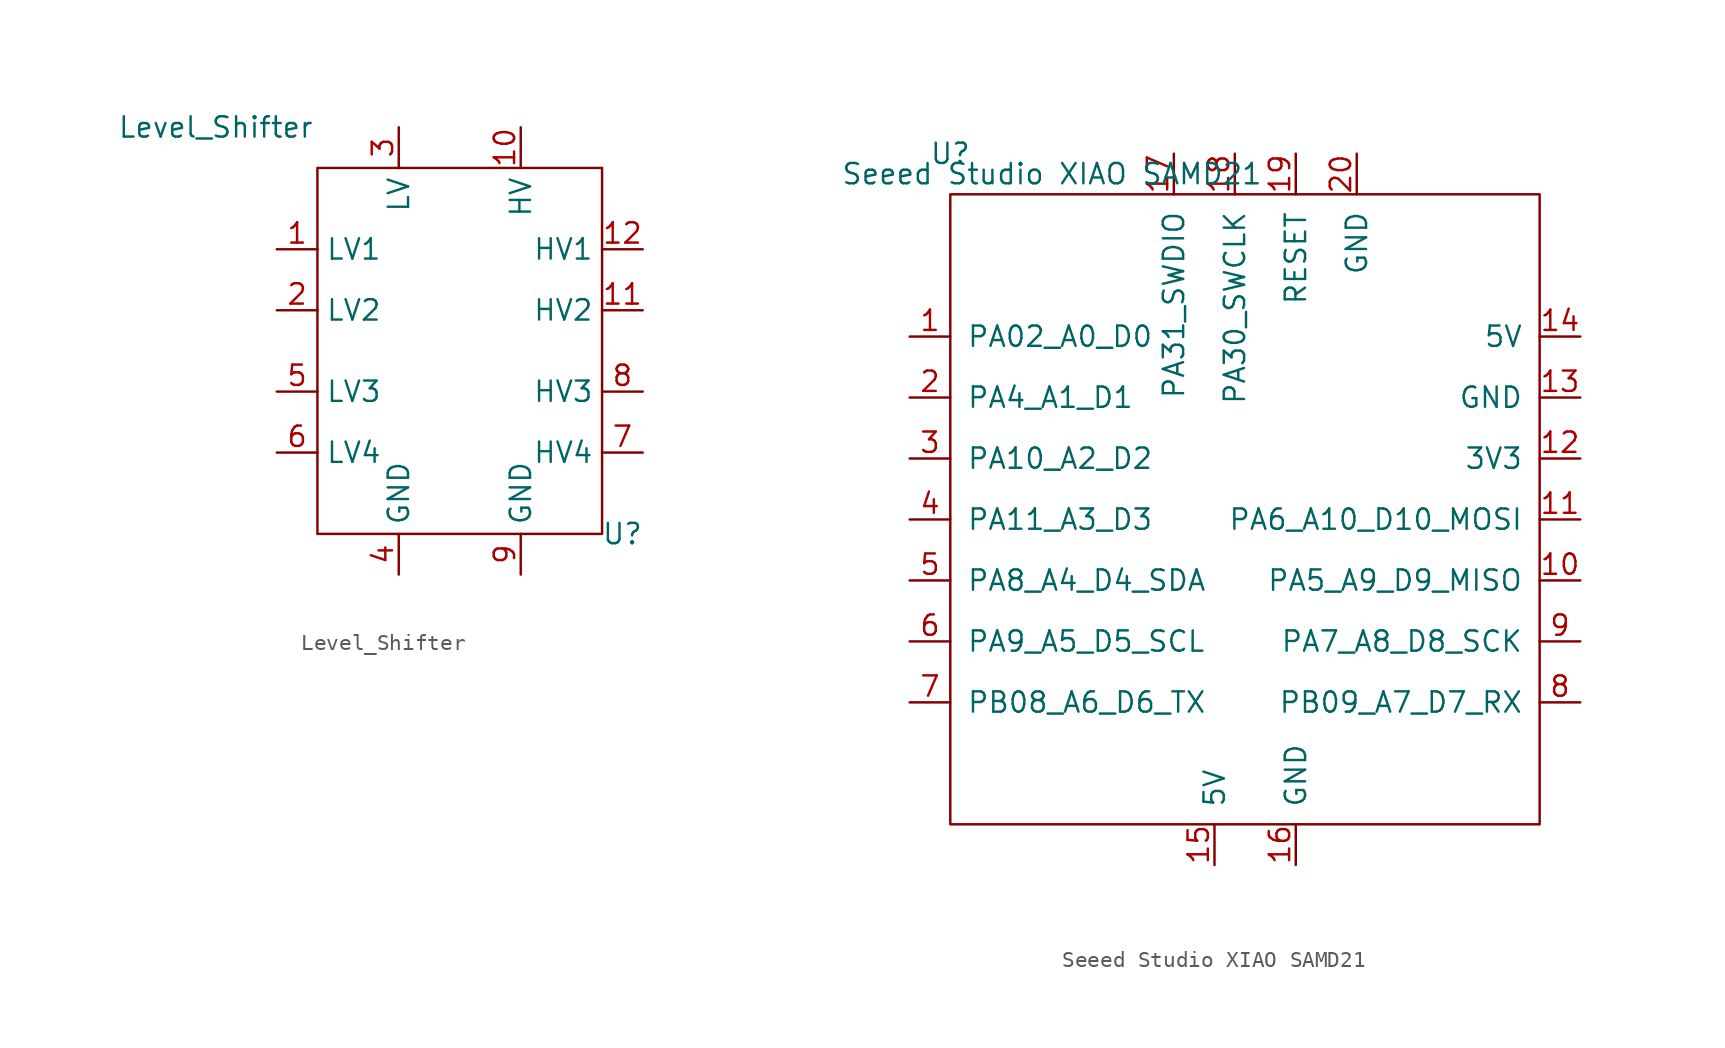
<source format=kicad_sym>
(kicad_symbol_lib
  (version 20220914)
  (generator kicad_symbol_editor)
  (symbol "Level_Shifter"
    (property "Reference" "U"
      (at 10.16 -11.43 0)
      (effects (font (size 1.27 1.27))))
    (property "Value" "Level_Shifter"
      (at -15.24 13.97 0)
      (effects (font (size 1.27 1.27))))
    (symbol "Level_Shifter_0_0"
      (text "" (at -20.32 13.97 0) (effects (font (size 1.27 1.27))))
      (text "" (at -13.97 13.97 0) (effects (font (size 1.27 1.27))))
      (text "" (at 10.16 -11.43 0) (effects (font (size 1.27 1.27)))))
    (symbol "Level_Shifter_0_1"
      (rectangle (start -8.89 11.43) (end 8.89 -11.43) (stroke (width 0) (type default)) (fill (type none))))
    (symbol "Level_Shifter_1_1"
      (pin bidirectional line (at -11.43 6.35 0) (length 2.54) (name "LV1" (effects (font (size 1.27 1.27)))) (number "1" (effects (font (size 1.27 1.27)))))
      (pin power_in line (at 3.81 13.97 270) (length 2.54) (name "HV" (effects (font (size 1.27 1.27)))) (number "10" (effects (font (size 1.27 1.27)))))
      (pin bidirectional line (at 11.43 2.54 180) (length 2.54) (name "HV2" (effects (font (size 1.27 1.27)))) (number "11" (effects (font (size 1.27 1.27)))))
      (pin bidirectional line (at 11.43 6.35 180) (length 2.54) (name "HV1" (effects (font (size 1.27 1.27)))) (number "12" (effects (font (size 1.27 1.27)))))
      (pin bidirectional line (at -11.43 2.54 0) (length 2.54) (name "LV2" (effects (font (size 1.27 1.27)))) (number "2" (effects (font (size 1.27 1.27)))))
      (pin power_in line (at -3.81 13.97 270) (length 2.54) (name "LV" (effects (font (size 1.27 1.27)))) (number "3" (effects (font (size 1.27 1.27)))))
      (pin power_in line (at -3.81 -13.97 90) (length 2.54) (name "GND" (effects (font (size 1.27 1.27)))) (number "4" (effects (font (size 1.27 1.27)))))
      (pin bidirectional line (at -11.43 -2.54 0) (length 2.54) (name "LV3" (effects (font (size 1.27 1.27)))) (number "5" (effects (font (size 1.27 1.27)))))
      (pin bidirectional line (at -11.43 -6.35 0) (length 2.54) (name "LV4" (effects (font (size 1.27 1.27)))) (number "6" (effects (font (size 1.27 1.27)))))
      (pin bidirectional line (at 11.43 -6.35 180) (length 2.54) (name "HV4" (effects (font (size 1.27 1.27)))) (number "7" (effects (font (size 1.27 1.27)))))
      (pin bidirectional line (at 11.43 -2.54 180) (length 2.54) (name "HV3" (effects (font (size 1.27 1.27)))) (number "8" (effects (font (size 1.27 1.27)))))
      (pin power_in line (at 3.81 -13.97 90) (length 2.54) (name "GND" (effects (font (size 1.27 1.27)))) (number "9" (effects (font (size 1.27 1.27)))))))
  (symbol "Seeed Studio XIAO SAMD21"
    (pin_names
      (offset 1.016))
    (property "Reference" "U"
      (at -19.05 22.86 0)
      (effects (font (size 1.27 1.27))))
    (property "Value" "Seeed Studio XIAO SAMD21"
      (at -12.7 21.59 0)
      (effects (font (size 1.27 1.27))))
    (symbol "Seeed Studio XIAO SAMD21_0_1"
      (rectangle (start -19.05 20.32) (end 17.78 -19.05) (stroke (width 0) (type default)) (fill (type none))))
    (symbol "Seeed Studio XIAO SAMD21_1_1"
      (pin unspecified line (at -21.59 11.43 0) (length 2.54) (name "PA02_A0_D0" (effects (font (size 1.27 1.27)))) (number "1" (effects (font (size 1.27 1.27)))))
      (pin unspecified line (at 20.32 -3.81 180) (length 2.54) (name "PA5_A9_D9_MISO" (effects (font (size 1.27 1.27)))) (number "10" (effects (font (size 1.27 1.27)))))
      (pin unspecified line (at 20.32 0 180) (length 2.54) (name "PA6_A10_D10_MOSI" (effects (font (size 1.27 1.27)))) (number "11" (effects (font (size 1.27 1.27)))))
      (pin power_out line (at 20.32 3.81 180) (length 2.54) (name "3V3" (effects (font (size 1.27 1.27)))) (number "12" (effects (font (size 1.27 1.27)))))
      (pin power_in line (at 20.32 7.62 180) (length 2.54) (name "GND" (effects (font (size 1.27 1.27)))) (number "13" (effects (font (size 1.27 1.27)))))
      (pin power_in line (at 20.32 11.43 180) (length 2.54) (name "5V" (effects (font (size 1.27 1.27)))) (number "14" (effects (font (size 1.27 1.27)))))
      (pin input line (at -2.54 -21.59 90) (length 2.54) (name "5V" (effects (font (size 1.27 1.27)))) (number "15" (effects (font (size 1.27 1.27)))))
      (pin input line (at 2.54 -21.59 90) (length 2.54) (name "GND" (effects (font (size 1.27 1.27)))) (number "16" (effects (font (size 1.27 1.27)))))
      (pin input line (at -5.08 22.86 270) (length 2.54) (name "PA31_SWDIO" (effects (font (size 1.27 1.27)))) (number "17" (effects (font (size 1.27 1.27)))))
      (pin input line (at -1.27 22.86 270) (length 2.54) (name "PA30_SWCLK" (effects (font (size 1.27 1.27)))) (number "18" (effects (font (size 1.27 1.27)))))
      (pin input line (at 2.54 22.86 270) (length 2.54) (name "RESET" (effects (font (size 1.27 1.27)))) (number "19" (effects (font (size 1.27 1.27)))))
      (pin unspecified line (at -21.59 7.62 0) (length 2.54) (name "PA4_A1_D1" (effects (font (size 1.27 1.27)))) (number "2" (effects (font (size 1.27 1.27)))))
      (pin input line (at 6.35 22.86 270) (length 2.54) (name "GND" (effects (font (size 1.27 1.27)))) (number "20" (effects (font (size 1.27 1.27)))))
      (pin unspecified line (at -21.59 3.81 0) (length 2.54) (name "PA10_A2_D2" (effects (font (size 1.27 1.27)))) (number "3" (effects (font (size 1.27 1.27)))))
      (pin unspecified line (at -21.59 0 0) (length 2.54) (name "PA11_A3_D3" (effects (font (size 1.27 1.27)))) (number "4" (effects (font (size 1.27 1.27)))))
      (pin bidirectional line (at -21.59 -3.81 0) (length 2.54) (name "PA8_A4_D4_SDA" (effects (font (size 1.27 1.27)))) (number "5" (effects (font (size 1.27 1.27)))))
      (pin bidirectional line (at -21.59 -7.62 0) (length 2.54) (name "PA9_A5_D5_SCL" (effects (font (size 1.27 1.27)))) (number "6" (effects (font (size 1.27 1.27)))))
      (pin bidirectional line (at -21.59 -11.43 0) (length 2.54) (name "PB08_A6_D6_TX" (effects (font (size 1.27 1.27)))) (number "7" (effects (font (size 1.27 1.27)))))
      (pin unspecified line (at 20.32 -11.43 180) (length 2.54) (name "PB09_A7_D7_RX" (effects (font (size 1.27 1.27)))) (number "8" (effects (font (size 1.27 1.27)))))
      (pin unspecified line (at 20.32 -7.62 180) (length 2.54) (name "PA7_A8_D8_SCK" (effects (font (size 1.27 1.27)))) (number "9" (effects (font (size 1.27 1.27))))))))
</source>
